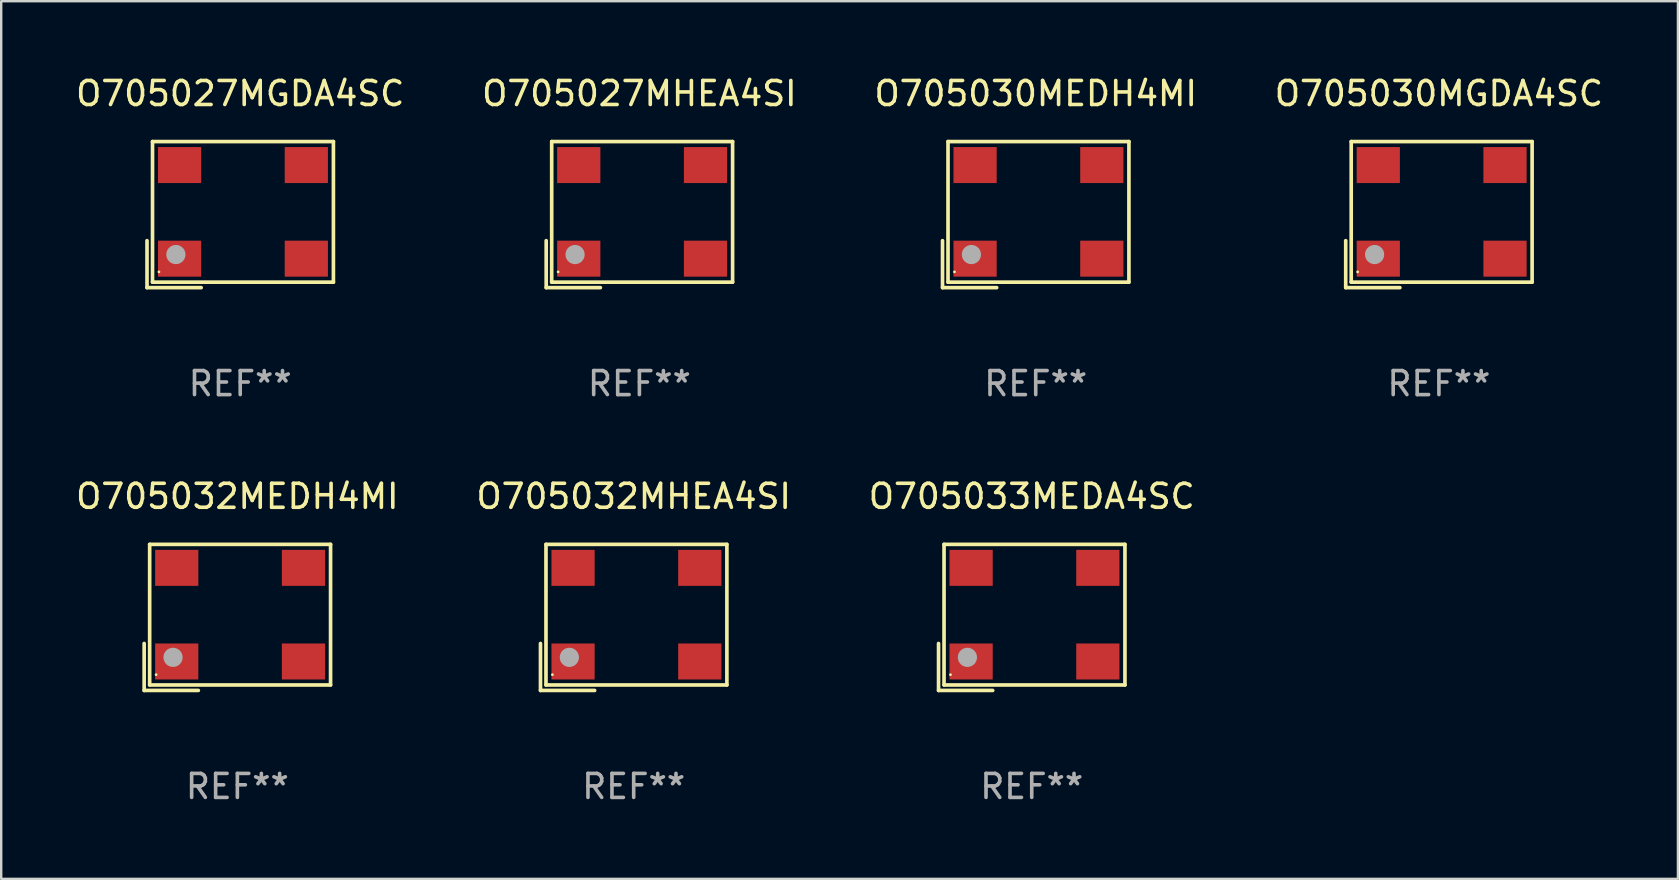
<source format=kicad_pcb>
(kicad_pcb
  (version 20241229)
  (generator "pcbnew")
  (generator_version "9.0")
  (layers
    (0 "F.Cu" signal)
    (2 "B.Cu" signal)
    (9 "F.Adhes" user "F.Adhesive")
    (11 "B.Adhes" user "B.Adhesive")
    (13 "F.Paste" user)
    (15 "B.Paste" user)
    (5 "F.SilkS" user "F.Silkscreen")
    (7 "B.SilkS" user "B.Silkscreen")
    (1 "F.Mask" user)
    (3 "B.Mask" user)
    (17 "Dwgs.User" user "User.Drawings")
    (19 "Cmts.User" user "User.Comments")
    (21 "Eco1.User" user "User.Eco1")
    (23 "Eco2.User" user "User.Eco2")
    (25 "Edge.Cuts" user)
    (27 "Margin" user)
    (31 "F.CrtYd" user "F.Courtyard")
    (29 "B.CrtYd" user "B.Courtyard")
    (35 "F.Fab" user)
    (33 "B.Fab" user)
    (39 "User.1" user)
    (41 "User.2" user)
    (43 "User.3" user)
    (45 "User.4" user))
  (footprint "O705027MHEA4SI"
    (layer "F.Cu")
    (at 23.589 5.891)
    (property "Reference" "O705027MHEA4SI" (at 0 -5.043 0) (layer "F.SilkS") (effects (font (size 1 1) (thickness 0.15))))
    (attr through_hole)
    (fp_line (start -3.883 1.086) (end -3.883 3.043) (stroke (width 0.152) (type solid)) (layer "F.SilkS"))
    (fp_line (start -3.883 3.043) (end -1.626 3.043) (stroke (width 0.152) (type solid)) (layer "F.SilkS"))
    (fp_line (start -3.654 -3.043) (end 3.883 -3.043) (stroke (width 0.152) (type solid)) (layer "F.SilkS"))
    (fp_line (start -3.654 2.814) (end -3.654 -3.043) (stroke (width 0.152) (type solid)) (layer "F.SilkS"))
    (fp_line (start 3.883 -3.043) (end 3.883 2.814) (stroke (width 0.152) (type solid)) (layer "F.SilkS"))
    (fp_line (start 3.883 2.814) (end -3.654 2.814) (stroke (width 0.152) (type solid)) (layer "F.SilkS"))
    (fp_circle (center -3.386 2.386) (end -3.356 2.386) (stroke (width 0.06) (type solid)) (fill no) (layer "F.SilkS"))
    (fp_circle (center -2.68 1.664) (end -2.48 1.664) (stroke (width 0.4) (type solid)) (fill no) (layer "F.Fab"))
    (fp_text user "REF**" (at 0 7.043 0) (layer "F.Fab") (effects (font (size 1 1) (thickness 0.15))))
    (pad "1" smd rect (at -2.526 1.836) (size 1.8 1.5) (layers "F.Cu" "F.Mask" "F.Paste"))
    (pad "2" smd rect (at 2.754 1.836) (size 1.8 1.5) (layers "F.Cu" "F.Mask" "F.Paste"))
    (pad "3" smd rect (at 2.754 -2.064) (size 1.8 1.5) (layers "F.Cu" "F.Mask" "F.Paste"))
    (pad "4" smd rect (at -2.526 -2.064) (size 1.8 1.5) (layers "F.Cu" "F.Mask" "F.Paste")))
  (footprint "O705030MGDA4SC"
    (layer "F.Cu")
    (at 56.899 5.891)
    (property "Reference" "O705030MGDA4SC" (at 0 -5.043 0) (layer "F.SilkS") (effects (font (size 1 1) (thickness 0.15))))
    (attr through_hole)
    (fp_line (start -3.883 1.086) (end -3.883 3.043) (stroke (width 0.152) (type solid)) (layer "F.SilkS"))
    (fp_line (start -3.883 3.043) (end -1.626 3.043) (stroke (width 0.152) (type solid)) (layer "F.SilkS"))
    (fp_line (start -3.654 -3.043) (end 3.883 -3.043) (stroke (width 0.152) (type solid)) (layer "F.SilkS"))
    (fp_line (start -3.654 2.814) (end -3.654 -3.043) (stroke (width 0.152) (type solid)) (layer "F.SilkS"))
    (fp_line (start 3.883 -3.043) (end 3.883 2.814) (stroke (width 0.152) (type solid)) (layer "F.SilkS"))
    (fp_line (start 3.883 2.814) (end -3.654 2.814) (stroke (width 0.152) (type solid)) (layer "F.SilkS"))
    (fp_circle (center -3.386 2.386) (end -3.356 2.386) (stroke (width 0.06) (type solid)) (fill no) (layer "F.SilkS"))
    (fp_circle (center -2.68 1.664) (end -2.48 1.664) (stroke (width 0.4) (type solid)) (fill no) (layer "F.Fab"))
    (fp_text user "REF**" (at 0 7.043 0) (layer "F.Fab") (effects (font (size 1 1) (thickness 0.15))))
    (pad "1" smd rect (at -2.526 1.836) (size 1.8 1.5) (layers "F.Cu" "F.Mask" "F.Paste"))
    (pad "2" smd rect (at 2.754 1.836) (size 1.8 1.5) (layers "F.Cu" "F.Mask" "F.Paste"))
    (pad "3" smd rect (at 2.754 -2.064) (size 1.8 1.5) (layers "F.Cu" "F.Mask" "F.Paste"))
    (pad "4" smd rect (at -2.526 -2.064) (size 1.8 1.5) (layers "F.Cu" "F.Mask" "F.Paste")))
  (footprint "O705027MGDA4SC"
    (layer "F.Cu")
    (at 6.958 5.891)
    (property "Reference" "O705027MGDA4SC" (at 0 -5.043 0) (layer "F.SilkS") (effects (font (size 1 1) (thickness 0.15))))
    (attr through_hole)
    (fp_line (start -3.883 1.086) (end -3.883 3.043) (stroke (width 0.152) (type solid)) (layer "F.SilkS"))
    (fp_line (start -3.883 3.043) (end -1.626 3.043) (stroke (width 0.152) (type solid)) (layer "F.SilkS"))
    (fp_line (start -3.654 -3.043) (end 3.883 -3.043) (stroke (width 0.152) (type solid)) (layer "F.SilkS"))
    (fp_line (start -3.654 2.814) (end -3.654 -3.043) (stroke (width 0.152) (type solid)) (layer "F.SilkS"))
    (fp_line (start 3.883 -3.043) (end 3.883 2.814) (stroke (width 0.152) (type solid)) (layer "F.SilkS"))
    (fp_line (start 3.883 2.814) (end -3.654 2.814) (stroke (width 0.152) (type solid)) (layer "F.SilkS"))
    (fp_circle (center -3.386 2.386) (end -3.356 2.386) (stroke (width 0.06) (type solid)) (fill no) (layer "F.SilkS"))
    (fp_circle (center -2.68 1.664) (end -2.48 1.664) (stroke (width 0.4) (type solid)) (fill no) (layer "F.Fab"))
    (fp_text user "REF**" (at 0 7.043 0) (layer "F.Fab") (effects (font (size 1 1) (thickness 0.15))))
    (pad "1" smd rect (at -2.526 1.836) (size 1.8 1.5) (layers "F.Cu" "F.Mask" "F.Paste"))
    (pad "2" smd rect (at 2.754 1.836) (size 1.8 1.5) (layers "F.Cu" "F.Mask" "F.Paste"))
    (pad "3" smd rect (at 2.754 -2.064) (size 1.8 1.5) (layers "F.Cu" "F.Mask" "F.Paste"))
    (pad "4" smd rect (at -2.526 -2.064) (size 1.8 1.5) (layers "F.Cu" "F.Mask" "F.Paste")))
  (footprint "O705033MEDA4SC"
    (layer "F.Cu")
    (at 39.935 22.673)
    (property "Reference" "O705033MEDA4SC" (at 0 -5.043 0) (layer "F.SilkS") (effects (font (size 1 1) (thickness 0.15))))
    (attr through_hole)
    (fp_line (start -3.883 1.086) (end -3.883 3.043) (stroke (width 0.152) (type solid)) (layer "F.SilkS"))
    (fp_line (start -3.883 3.043) (end -1.626 3.043) (stroke (width 0.152) (type solid)) (layer "F.SilkS"))
    (fp_line (start -3.654 -3.043) (end 3.883 -3.043) (stroke (width 0.152) (type solid)) (layer "F.SilkS"))
    (fp_line (start -3.654 2.814) (end -3.654 -3.043) (stroke (width 0.152) (type solid)) (layer "F.SilkS"))
    (fp_line (start 3.883 -3.043) (end 3.883 2.814) (stroke (width 0.152) (type solid)) (layer "F.SilkS"))
    (fp_line (start 3.883 2.814) (end -3.654 2.814) (stroke (width 0.152) (type solid)) (layer "F.SilkS"))
    (fp_circle (center -3.386 2.386) (end -3.356 2.386) (stroke (width 0.06) (type solid)) (fill no) (layer "F.SilkS"))
    (fp_circle (center -2.68 1.664) (end -2.48 1.664) (stroke (width 0.4) (type solid)) (fill no) (layer "F.Fab"))
    (fp_text user "REF**" (at 0 7.043 0) (layer "F.Fab") (effects (font (size 1 1) (thickness 0.15))))
    (pad "1" smd rect (at -2.526 1.836) (size 1.8 1.5) (layers "F.Cu" "F.Mask" "F.Paste"))
    (pad "2" smd rect (at 2.754 1.836) (size 1.8 1.5) (layers "F.Cu" "F.Mask" "F.Paste"))
    (pad "3" smd rect (at 2.754 -2.064) (size 1.8 1.5) (layers "F.Cu" "F.Mask" "F.Paste"))
    (pad "4" smd rect (at -2.526 -2.064) (size 1.8 1.5) (layers "F.Cu" "F.Mask" "F.Paste")))
  (footprint "O705032MEDH4MI"
    (layer "F.Cu")
    (at 6.839 22.673)
    (property "Reference" "O705032MEDH4MI" (at 0 -5.043 0) (layer "F.SilkS") (effects (font (size 1 1) (thickness 0.15))))
    (attr through_hole)
    (fp_line (start -3.883 1.086) (end -3.883 3.043) (stroke (width 0.152) (type solid)) (layer "F.SilkS"))
    (fp_line (start -3.883 3.043) (end -1.626 3.043) (stroke (width 0.152) (type solid)) (layer "F.SilkS"))
    (fp_line (start -3.654 -3.043) (end 3.883 -3.043) (stroke (width 0.152) (type solid)) (layer "F.SilkS"))
    (fp_line (start -3.654 2.814) (end -3.654 -3.043) (stroke (width 0.152) (type solid)) (layer "F.SilkS"))
    (fp_line (start 3.883 -3.043) (end 3.883 2.814) (stroke (width 0.152) (type solid)) (layer "F.SilkS"))
    (fp_line (start 3.883 2.814) (end -3.654 2.814) (stroke (width 0.152) (type solid)) (layer "F.SilkS"))
    (fp_circle (center -3.386 2.386) (end -3.356 2.386) (stroke (width 0.06) (type solid)) (fill no) (layer "F.SilkS"))
    (fp_circle (center -2.68 1.664) (end -2.48 1.664) (stroke (width 0.4) (type solid)) (fill no) (layer "F.Fab"))
    (fp_text user "REF**" (at 0 7.043 0) (layer "F.Fab") (effects (font (size 1 1) (thickness 0.15))))
    (pad "1" smd rect (at -2.526 1.836) (size 1.8 1.5) (layers "F.Cu" "F.Mask" "F.Paste"))
    (pad "2" smd rect (at 2.754 1.836) (size 1.8 1.5) (layers "F.Cu" "F.Mask" "F.Paste"))
    (pad "3" smd rect (at 2.754 -2.064) (size 1.8 1.5) (layers "F.Cu" "F.Mask" "F.Paste"))
    (pad "4" smd rect (at -2.526 -2.064) (size 1.8 1.5) (layers "F.Cu" "F.Mask" "F.Paste")))
  (footprint "O705032MHEA4SI"
    (layer "F.Cu")
    (at 23.351 22.673)
    (property "Reference" "O705032MHEA4SI" (at 0 -5.043 0) (layer "F.SilkS") (effects (font (size 1 1) (thickness 0.15))))
    (attr through_hole)
    (fp_line (start -3.883 1.086) (end -3.883 3.043) (stroke (width 0.152) (type solid)) (layer "F.SilkS"))
    (fp_line (start -3.883 3.043) (end -1.626 3.043) (stroke (width 0.152) (type solid)) (layer "F.SilkS"))
    (fp_line (start -3.654 -3.043) (end 3.883 -3.043) (stroke (width 0.152) (type solid)) (layer "F.SilkS"))
    (fp_line (start -3.654 2.814) (end -3.654 -3.043) (stroke (width 0.152) (type solid)) (layer "F.SilkS"))
    (fp_line (start 3.883 -3.043) (end 3.883 2.814) (stroke (width 0.152) (type solid)) (layer "F.SilkS"))
    (fp_line (start 3.883 2.814) (end -3.654 2.814) (stroke (width 0.152) (type solid)) (layer "F.SilkS"))
    (fp_circle (center -3.386 2.386) (end -3.356 2.386) (stroke (width 0.06) (type solid)) (fill no) (layer "F.SilkS"))
    (fp_circle (center -2.68 1.664) (end -2.48 1.664) (stroke (width 0.4) (type solid)) (fill no) (layer "F.Fab"))
    (fp_text user "REF**" (at 0 7.043 0) (layer "F.Fab") (effects (font (size 1 1) (thickness 0.15))))
    (pad "1" smd rect (at -2.526 1.836) (size 1.8 1.5) (layers "F.Cu" "F.Mask" "F.Paste"))
    (pad "2" smd rect (at 2.754 1.836) (size 1.8 1.5) (layers "F.Cu" "F.Mask" "F.Paste"))
    (pad "3" smd rect (at 2.754 -2.064) (size 1.8 1.5) (layers "F.Cu" "F.Mask" "F.Paste"))
    (pad "4" smd rect (at -2.526 -2.064) (size 1.8 1.5) (layers "F.Cu" "F.Mask" "F.Paste")))
  (footprint "O705030MEDH4MI"
    (layer "F.Cu")
    (at 40.101 5.891)
    (property "Reference" "O705030MEDH4MI" (at 0 -5.043 0) (layer "F.SilkS") (effects (font (size 1 1) (thickness 0.15))))
    (attr through_hole)
    (fp_line (start -3.883 1.086) (end -3.883 3.043) (stroke (width 0.152) (type solid)) (layer "F.SilkS"))
    (fp_line (start -3.883 3.043) (end -1.626 3.043) (stroke (width 0.152) (type solid)) (layer "F.SilkS"))
    (fp_line (start -3.654 -3.043) (end 3.883 -3.043) (stroke (width 0.152) (type solid)) (layer "F.SilkS"))
    (fp_line (start -3.654 2.814) (end -3.654 -3.043) (stroke (width 0.152) (type solid)) (layer "F.SilkS"))
    (fp_line (start 3.883 -3.043) (end 3.883 2.814) (stroke (width 0.152) (type solid)) (layer "F.SilkS"))
    (fp_line (start 3.883 2.814) (end -3.654 2.814) (stroke (width 0.152) (type solid)) (layer "F.SilkS"))
    (fp_circle (center -3.386 2.386) (end -3.356 2.386) (stroke (width 0.06) (type solid)) (fill no) (layer "F.SilkS"))
    (fp_circle (center -2.68 1.664) (end -2.48 1.664) (stroke (width 0.4) (type solid)) (fill no) (layer "F.Fab"))
    (fp_text user "REF**" (at 0 7.043 0) (layer "F.Fab") (effects (font (size 1 1) (thickness 0.15))))
    (pad "1" smd rect (at -2.526 1.836) (size 1.8 1.5) (layers "F.Cu" "F.Mask" "F.Paste"))
    (pad "2" smd rect (at 2.754 1.836) (size 1.8 1.5) (layers "F.Cu" "F.Mask" "F.Paste"))
    (pad "3" smd rect (at 2.754 -2.064) (size 1.8 1.5) (layers "F.Cu" "F.Mask" "F.Paste"))
    (pad "4" smd rect (at -2.526 -2.064) (size 1.8 1.5) (layers "F.Cu" "F.Mask" "F.Paste")))
  (gr_rect
    (start -3 -3)
    (end 66.857 33.565)
    (stroke (width 0.1) (type default))
    (fill no)
    (layer "Edge.Cuts")))
</source>
